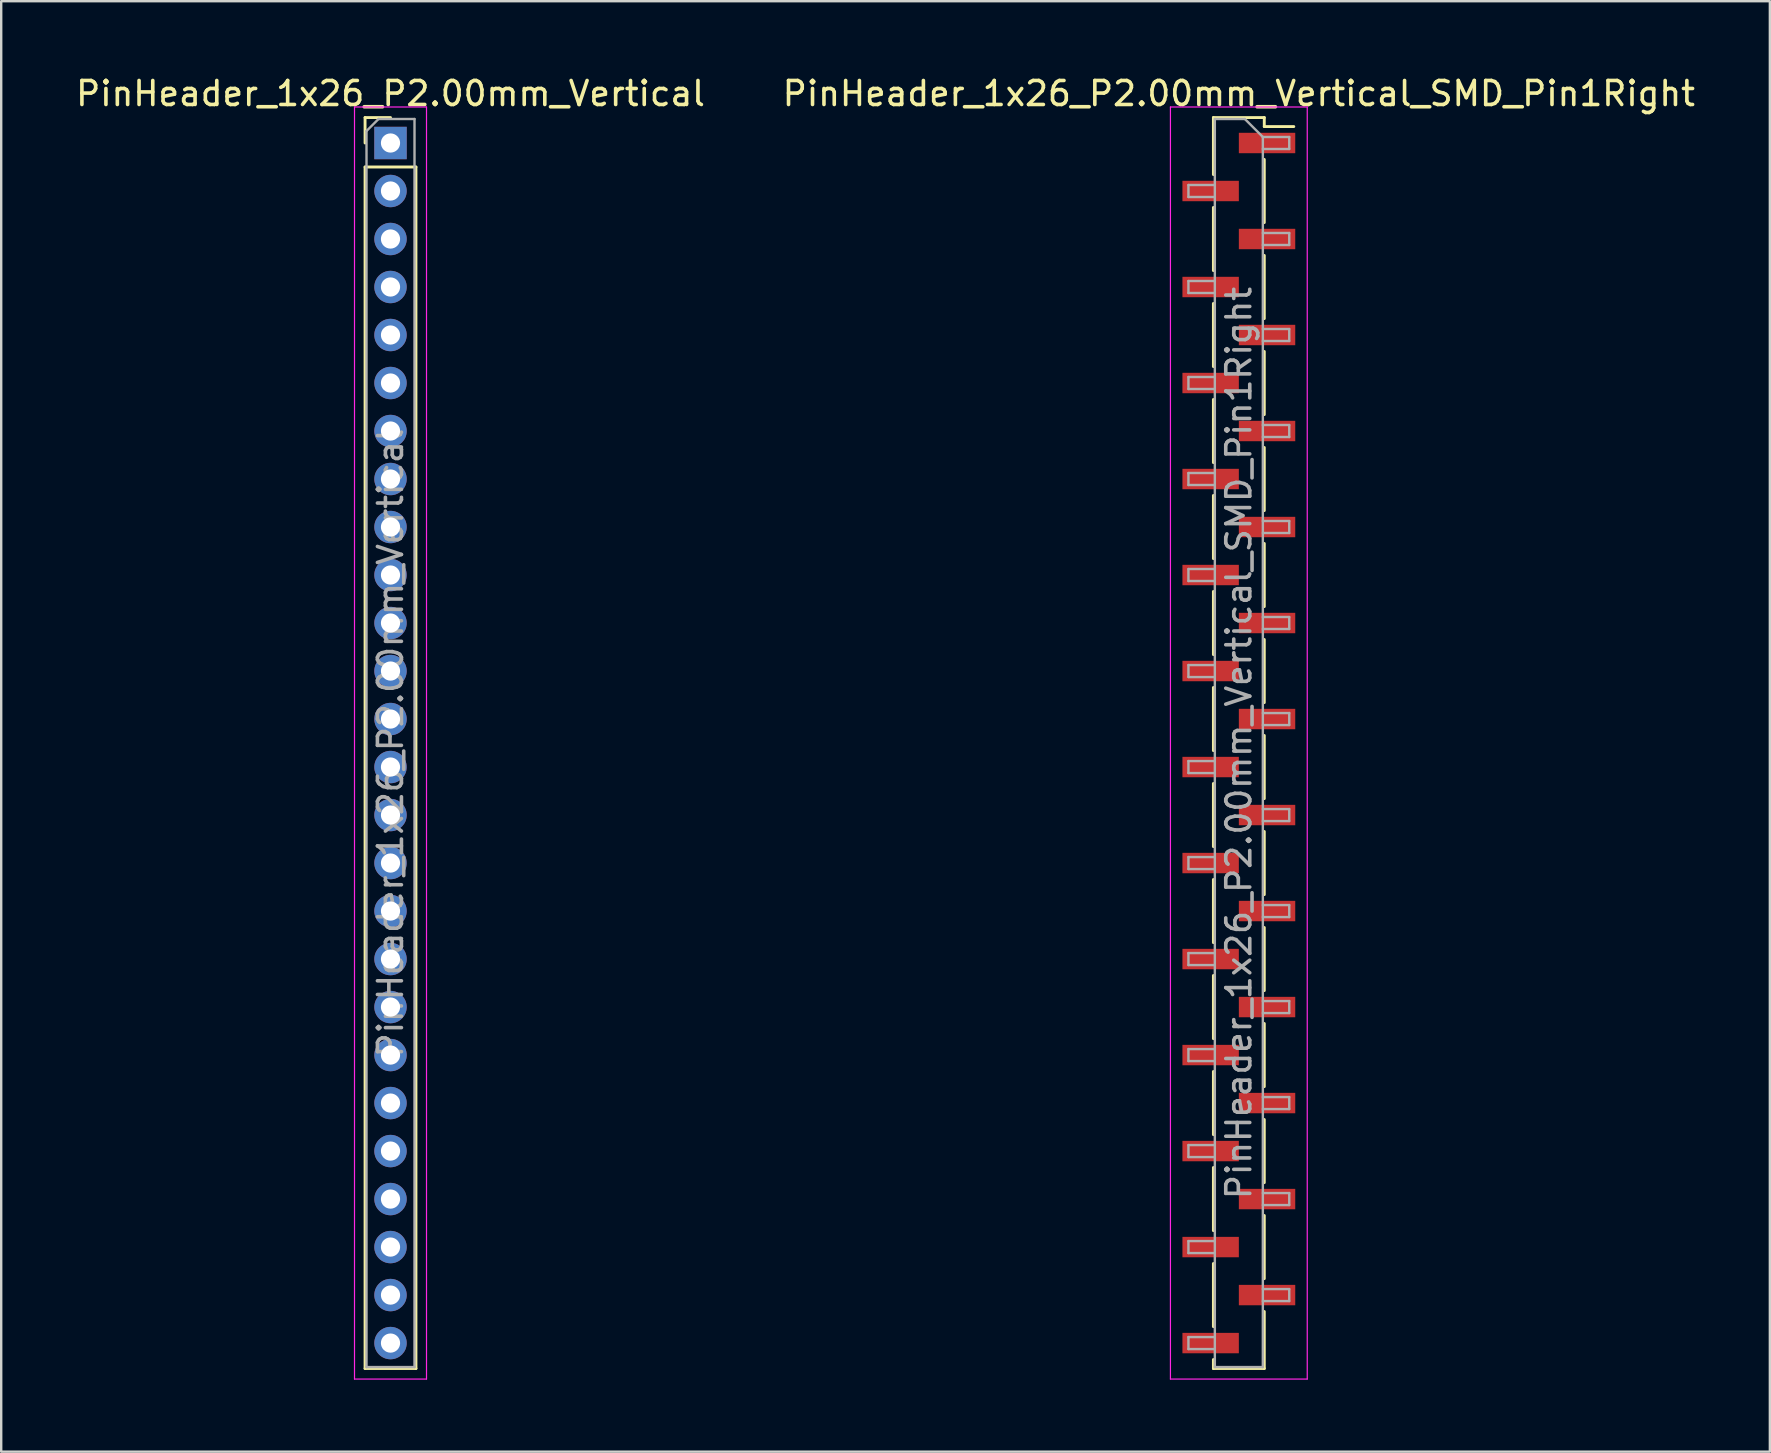
<source format=kicad_pcb>
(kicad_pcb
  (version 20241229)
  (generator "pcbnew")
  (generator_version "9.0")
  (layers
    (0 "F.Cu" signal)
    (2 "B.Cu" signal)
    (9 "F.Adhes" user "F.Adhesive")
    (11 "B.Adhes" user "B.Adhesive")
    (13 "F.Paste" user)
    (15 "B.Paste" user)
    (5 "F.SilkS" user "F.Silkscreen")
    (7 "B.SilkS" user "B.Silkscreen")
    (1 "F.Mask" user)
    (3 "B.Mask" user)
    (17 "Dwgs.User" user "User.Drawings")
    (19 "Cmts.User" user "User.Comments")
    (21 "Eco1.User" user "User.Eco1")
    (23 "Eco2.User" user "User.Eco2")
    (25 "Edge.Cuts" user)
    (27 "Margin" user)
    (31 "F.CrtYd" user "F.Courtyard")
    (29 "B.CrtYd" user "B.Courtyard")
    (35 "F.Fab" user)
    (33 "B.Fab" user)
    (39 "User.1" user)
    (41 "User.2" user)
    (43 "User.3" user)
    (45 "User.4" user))
  (footprint "PinHeader_1x26_P2.00mm_Vertical"
    (layer "F.Cu")
    (at 13.22 2.908)
    (property "Reference" "PinHeader_1x26_P2.00mm_Vertical" (at 0 -2.06 0) (layer "F.SilkS") (effects (font (size 1 1) (thickness 0.15))))
    (attr through_hole)
    (fp_line (start -1.06 -1.06) (end 0 -1.06) (stroke (width 0.12) (type solid)) (layer "F.SilkS"))
    (fp_line (start -1.06 0) (end -1.06 -1.06) (stroke (width 0.12) (type solid)) (layer "F.SilkS"))
    (fp_line (start -1.06 1) (end -1.06 51.06) (stroke (width 0.12) (type solid)) (layer "F.SilkS"))
    (fp_line (start -1.06 1) (end 1.06 1) (stroke (width 0.12) (type solid)) (layer "F.SilkS"))
    (fp_line (start -1.06 51.06) (end 1.06 51.06) (stroke (width 0.12) (type solid)) (layer "F.SilkS"))
    (fp_line (start 1.06 1) (end 1.06 51.06) (stroke (width 0.12) (type solid)) (layer "F.SilkS"))
    (fp_line (start -1.5 -1.5) (end -1.5 51.5) (stroke (width 0.05) (type solid)) (layer "F.CrtYd"))
    (fp_line (start -1.5 51.5) (end 1.5 51.5) (stroke (width 0.05) (type solid)) (layer "F.CrtYd"))
    (fp_line (start 1.5 -1.5) (end -1.5 -1.5) (stroke (width 0.05) (type solid)) (layer "F.CrtYd"))
    (fp_line (start 1.5 51.5) (end 1.5 -1.5) (stroke (width 0.05) (type solid)) (layer "F.CrtYd"))
    (fp_line (start -1 -0.5) (end -0.5 -1) (stroke (width 0.1) (type solid)) (layer "F.Fab"))
    (fp_line (start -1 51) (end -1 -0.5) (stroke (width 0.1) (type solid)) (layer "F.Fab"))
    (fp_line (start -0.5 -1) (end 1 -1) (stroke (width 0.1) (type solid)) (layer "F.Fab"))
    (fp_line (start 1 -1) (end 1 51) (stroke (width 0.1) (type solid)) (layer "F.Fab"))
    (fp_line (start 1 51) (end -1 51) (stroke (width 0.1) (type solid)) (layer "F.Fab"))
    (fp_text user "${REFERENCE}" (at 0 25 90) (layer "F.Fab") (effects (font (size 1 1) (thickness 0.15))))
    (pad "1" thru_hole rect (at 0 0) (size 1.35 1.35) (drill 0.8) (layers "*.Cu" "*.Mask"))
    (pad "2" thru_hole oval (at 0 2) (size 1.35 1.35) (drill 0.8) (layers "*.Cu" "*.Mask"))
    (pad "3" thru_hole oval (at 0 4) (size 1.35 1.35) (drill 0.8) (layers "*.Cu" "*.Mask"))
    (pad "4" thru_hole oval (at 0 6) (size 1.35 1.35) (drill 0.8) (layers "*.Cu" "*.Mask"))
    (pad "5" thru_hole oval (at 0 8) (size 1.35 1.35) (drill 0.8) (layers "*.Cu" "*.Mask"))
    (pad "6" thru_hole oval (at 0 10) (size 1.35 1.35) (drill 0.8) (layers "*.Cu" "*.Mask"))
    (pad "7" thru_hole oval (at 0 12) (size 1.35 1.35) (drill 0.8) (layers "*.Cu" "*.Mask"))
    (pad "8" thru_hole oval (at 0 14) (size 1.35 1.35) (drill 0.8) (layers "*.Cu" "*.Mask"))
    (pad "9" thru_hole oval (at 0 16) (size 1.35 1.35) (drill 0.8) (layers "*.Cu" "*.Mask"))
    (pad "10" thru_hole oval (at 0 18) (size 1.35 1.35) (drill 0.8) (layers "*.Cu" "*.Mask"))
    (pad "11" thru_hole oval (at 0 20) (size 1.35 1.35) (drill 0.8) (layers "*.Cu" "*.Mask"))
    (pad "12" thru_hole oval (at 0 22) (size 1.35 1.35) (drill 0.8) (layers "*.Cu" "*.Mask"))
    (pad "13" thru_hole oval (at 0 24) (size 1.35 1.35) (drill 0.8) (layers "*.Cu" "*.Mask"))
    (pad "14" thru_hole oval (at 0 26) (size 1.35 1.35) (drill 0.8) (layers "*.Cu" "*.Mask"))
    (pad "15" thru_hole oval (at 0 28) (size 1.35 1.35) (drill 0.8) (layers "*.Cu" "*.Mask"))
    (pad "16" thru_hole oval (at 0 30) (size 1.35 1.35) (drill 0.8) (layers "*.Cu" "*.Mask"))
    (pad "17" thru_hole oval (at 0 32) (size 1.35 1.35) (drill 0.8) (layers "*.Cu" "*.Mask"))
    (pad "18" thru_hole oval (at 0 34) (size 1.35 1.35) (drill 0.8) (layers "*.Cu" "*.Mask"))
    (pad "19" thru_hole oval (at 0 36) (size 1.35 1.35) (drill 0.8) (layers "*.Cu" "*.Mask"))
    (pad "20" thru_hole oval (at 0 38) (size 1.35 1.35) (drill 0.8) (layers "*.Cu" "*.Mask"))
    (pad "21" thru_hole oval (at 0 40) (size 1.35 1.35) (drill 0.8) (layers "*.Cu" "*.Mask"))
    (pad "22" thru_hole oval (at 0 42) (size 1.35 1.35) (drill 0.8) (layers "*.Cu" "*.Mask"))
    (pad "23" thru_hole oval (at 0 44) (size 1.35 1.35) (drill 0.8) (layers "*.Cu" "*.Mask"))
    (pad "24" thru_hole oval (at 0 46) (size 1.35 1.35) (drill 0.8) (layers "*.Cu" "*.Mask"))
    (pad "25" thru_hole oval (at 0 48) (size 1.35 1.35) (drill 0.8) (layers "*.Cu" "*.Mask"))
    (pad "26" thru_hole oval (at 0 50) (size 1.35 1.35) (drill 0.8) (layers "*.Cu" "*.Mask")))
  (footprint "PinHeader_1x26_P2.00mm_Vertical_SMD_Pin1Right"
    (layer "F.Cu")
    (at 48.565 27.908)
    (property "Reference" "PinHeader_1x26_P2.00mm_Vertical_SMD_Pin1Right" (at 0 -27.06 0) (layer "F.SilkS") (effects (font (size 1 1) (thickness 0.15))))
    (attr smd)
    (fp_line (start -1.06 -26.06) (end -1.06 -23.685) (stroke (width 0.12) (type solid)) (layer "F.SilkS"))
    (fp_line (start -1.06 -26.06) (end 1.06 -26.06) (stroke (width 0.12) (type solid)) (layer "F.SilkS"))
    (fp_line (start -1.06 -22.315) (end -1.06 -19.685) (stroke (width 0.12) (type solid)) (layer "F.SilkS"))
    (fp_line (start -1.06 -18.315) (end -1.06 -15.685) (stroke (width 0.12) (type solid)) (layer "F.SilkS"))
    (fp_line (start -1.06 -14.315) (end -1.06 -11.685) (stroke (width 0.12) (type solid)) (layer "F.SilkS"))
    (fp_line (start -1.06 -10.315) (end -1.06 -7.685) (stroke (width 0.12) (type solid)) (layer "F.SilkS"))
    (fp_line (start -1.06 -6.315) (end -1.06 -3.685) (stroke (width 0.12) (type solid)) (layer "F.SilkS"))
    (fp_line (start -1.06 -2.315) (end -1.06 0.315) (stroke (width 0.12) (type solid)) (layer "F.SilkS"))
    (fp_line (start -1.06 1.685) (end -1.06 4.315) (stroke (width 0.12) (type solid)) (layer "F.SilkS"))
    (fp_line (start -1.06 5.685) (end -1.06 8.315) (stroke (width 0.12) (type solid)) (layer "F.SilkS"))
    (fp_line (start -1.06 9.685) (end -1.06 12.315) (stroke (width 0.12) (type solid)) (layer "F.SilkS"))
    (fp_line (start -1.06 13.685) (end -1.06 16.315) (stroke (width 0.12) (type solid)) (layer "F.SilkS"))
    (fp_line (start -1.06 17.685) (end -1.06 20.315) (stroke (width 0.12) (type solid)) (layer "F.SilkS"))
    (fp_line (start -1.06 21.685) (end -1.06 24.315) (stroke (width 0.12) (type solid)) (layer "F.SilkS"))
    (fp_line (start -1.06 25.685) (end -1.06 26.06) (stroke (width 0.12) (type solid)) (layer "F.SilkS"))
    (fp_line (start -1.06 26.06) (end 1.06 26.06) (stroke (width 0.12) (type solid)) (layer "F.SilkS"))
    (fp_line (start 1.06 -26.06) (end 1.06 -25.685) (stroke (width 0.12) (type solid)) (layer "F.SilkS"))
    (fp_line (start 1.06 -25.685) (end 2.29 -25.685) (stroke (width 0.12) (type solid)) (layer "F.SilkS"))
    (fp_line (start 1.06 -24.315) (end 1.06 -21.685) (stroke (width 0.12) (type solid)) (layer "F.SilkS"))
    (fp_line (start 1.06 -20.315) (end 1.06 -17.685) (stroke (width 0.12) (type solid)) (layer "F.SilkS"))
    (fp_line (start 1.06 -16.315) (end 1.06 -13.685) (stroke (width 0.12) (type solid)) (layer "F.SilkS"))
    (fp_line (start 1.06 -12.315) (end 1.06 -9.685) (stroke (width 0.12) (type solid)) (layer "F.SilkS"))
    (fp_line (start 1.06 -8.315) (end 1.06 -5.685) (stroke (width 0.12) (type solid)) (layer "F.SilkS"))
    (fp_line (start 1.06 -4.315) (end 1.06 -1.685) (stroke (width 0.12) (type solid)) (layer "F.SilkS"))
    (fp_line (start 1.06 -0.315) (end 1.06 2.315) (stroke (width 0.12) (type solid)) (layer "F.SilkS"))
    (fp_line (start 1.06 3.685) (end 1.06 6.315) (stroke (width 0.12) (type solid)) (layer "F.SilkS"))
    (fp_line (start 1.06 7.685) (end 1.06 10.315) (stroke (width 0.12) (type solid)) (layer "F.SilkS"))
    (fp_line (start 1.06 11.685) (end 1.06 14.315) (stroke (width 0.12) (type solid)) (layer "F.SilkS"))
    (fp_line (start 1.06 15.685) (end 1.06 18.315) (stroke (width 0.12) (type solid)) (layer "F.SilkS"))
    (fp_line (start 1.06 19.685) (end 1.06 22.315) (stroke (width 0.12) (type solid)) (layer "F.SilkS"))
    (fp_line (start 1.06 23.685) (end 1.06 26.06) (stroke (width 0.12) (type solid)) (layer "F.SilkS"))
    (fp_line (start -2.85 -26.5) (end -2.85 26.5) (stroke (width 0.05) (type solid)) (layer "F.CrtYd"))
    (fp_line (start -2.85 26.5) (end 2.85 26.5) (stroke (width 0.05) (type solid)) (layer "F.CrtYd"))
    (fp_line (start 2.85 -26.5) (end -2.85 -26.5) (stroke (width 0.05) (type solid)) (layer "F.CrtYd"))
    (fp_line (start 2.85 26.5) (end 2.85 -26.5) (stroke (width 0.05) (type solid)) (layer "F.CrtYd"))
    (fp_line (start -2.1 -23.25) (end -2.1 -22.75) (stroke (width 0.1) (type solid)) (layer "F.Fab"))
    (fp_line (start -2.1 -22.75) (end -1 -22.75) (stroke (width 0.1) (type solid)) (layer "F.Fab"))
    (fp_line (start -2.1 -19.25) (end -2.1 -18.75) (stroke (width 0.1) (type solid)) (layer "F.Fab"))
    (fp_line (start -2.1 -18.75) (end -1 -18.75) (stroke (width 0.1) (type solid)) (layer "F.Fab"))
    (fp_line (start -2.1 -15.25) (end -2.1 -14.75) (stroke (width 0.1) (type solid)) (layer "F.Fab"))
    (fp_line (start -2.1 -14.75) (end -1 -14.75) (stroke (width 0.1) (type solid)) (layer "F.Fab"))
    (fp_line (start -2.1 -11.25) (end -2.1 -10.75) (stroke (width 0.1) (type solid)) (layer "F.Fab"))
    (fp_line (start -2.1 -10.75) (end -1 -10.75) (stroke (width 0.1) (type solid)) (layer "F.Fab"))
    (fp_line (start -2.1 -7.25) (end -2.1 -6.75) (stroke (width 0.1) (type solid)) (layer "F.Fab"))
    (fp_line (start -2.1 -6.75) (end -1 -6.75) (stroke (width 0.1) (type solid)) (layer "F.Fab"))
    (fp_line (start -2.1 -3.25) (end -2.1 -2.75) (stroke (width 0.1) (type solid)) (layer "F.Fab"))
    (fp_line (start -2.1 -2.75) (end -1 -2.75) (stroke (width 0.1) (type solid)) (layer "F.Fab"))
    (fp_line (start -2.1 0.75) (end -2.1 1.25) (stroke (width 0.1) (type solid)) (layer "F.Fab"))
    (fp_line (start -2.1 1.25) (end -1 1.25) (stroke (width 0.1) (type solid)) (layer "F.Fab"))
    (fp_line (start -2.1 4.75) (end -2.1 5.25) (stroke (width 0.1) (type solid)) (layer "F.Fab"))
    (fp_line (start -2.1 5.25) (end -1 5.25) (stroke (width 0.1) (type solid)) (layer "F.Fab"))
    (fp_line (start -2.1 8.75) (end -2.1 9.25) (stroke (width 0.1) (type solid)) (layer "F.Fab"))
    (fp_line (start -2.1 9.25) (end -1 9.25) (stroke (width 0.1) (type solid)) (layer "F.Fab"))
    (fp_line (start -2.1 12.75) (end -2.1 13.25) (stroke (width 0.1) (type solid)) (layer "F.Fab"))
    (fp_line (start -2.1 13.25) (end -1 13.25) (stroke (width 0.1) (type solid)) (layer "F.Fab"))
    (fp_line (start -2.1 16.75) (end -2.1 17.25) (stroke (width 0.1) (type solid)) (layer "F.Fab"))
    (fp_line (start -2.1 17.25) (end -1 17.25) (stroke (width 0.1) (type solid)) (layer "F.Fab"))
    (fp_line (start -2.1 20.75) (end -2.1 21.25) (stroke (width 0.1) (type solid)) (layer "F.Fab"))
    (fp_line (start -2.1 21.25) (end -1 21.25) (stroke (width 0.1) (type solid)) (layer "F.Fab"))
    (fp_line (start -2.1 24.75) (end -2.1 25.25) (stroke (width 0.1) (type solid)) (layer "F.Fab"))
    (fp_line (start -2.1 25.25) (end -1 25.25) (stroke (width 0.1) (type solid)) (layer "F.Fab"))
    (fp_line (start -1 -26) (end -1 26) (stroke (width 0.1) (type solid)) (layer "F.Fab"))
    (fp_line (start -1 -26) (end 0.25 -26) (stroke (width 0.1) (type solid)) (layer "F.Fab"))
    (fp_line (start -1 -23.25) (end -2.1 -23.25) (stroke (width 0.1) (type solid)) (layer "F.Fab"))
    (fp_line (start -1 -19.25) (end -2.1 -19.25) (stroke (width 0.1) (type solid)) (layer "F.Fab"))
    (fp_line (start -1 -15.25) (end -2.1 -15.25) (stroke (width 0.1) (type solid)) (layer "F.Fab"))
    (fp_line (start -1 -11.25) (end -2.1 -11.25) (stroke (width 0.1) (type solid)) (layer "F.Fab"))
    (fp_line (start -1 -7.25) (end -2.1 -7.25) (stroke (width 0.1) (type solid)) (layer "F.Fab"))
    (fp_line (start -1 -3.25) (end -2.1 -3.25) (stroke (width 0.1) (type solid)) (layer "F.Fab"))
    (fp_line (start -1 0.75) (end -2.1 0.75) (stroke (width 0.1) (type solid)) (layer "F.Fab"))
    (fp_line (start -1 4.75) (end -2.1 4.75) (stroke (width 0.1) (type solid)) (layer "F.Fab"))
    (fp_line (start -1 8.75) (end -2.1 8.75) (stroke (width 0.1) (type solid)) (layer "F.Fab"))
    (fp_line (start -1 12.75) (end -2.1 12.75) (stroke (width 0.1) (type solid)) (layer "F.Fab"))
    (fp_line (start -1 16.75) (end -2.1 16.75) (stroke (width 0.1) (type solid)) (layer "F.Fab"))
    (fp_line (start -1 20.75) (end -2.1 20.75) (stroke (width 0.1) (type solid)) (layer "F.Fab"))
    (fp_line (start -1 24.75) (end -2.1 24.75) (stroke (width 0.1) (type solid)) (layer "F.Fab"))
    (fp_line (start 1 -25.25) (end 0.25 -26) (stroke (width 0.1) (type solid)) (layer "F.Fab"))
    (fp_line (start 1 -25.25) (end 2.1 -25.25) (stroke (width 0.1) (type solid)) (layer "F.Fab"))
    (fp_line (start 1 -21.25) (end 2.1 -21.25) (stroke (width 0.1) (type solid)) (layer "F.Fab"))
    (fp_line (start 1 -17.25) (end 2.1 -17.25) (stroke (width 0.1) (type solid)) (layer "F.Fab"))
    (fp_line (start 1 -13.25) (end 2.1 -13.25) (stroke (width 0.1) (type solid)) (layer "F.Fab"))
    (fp_line (start 1 -9.25) (end 2.1 -9.25) (stroke (width 0.1) (type solid)) (layer "F.Fab"))
    (fp_line (start 1 -5.25) (end 2.1 -5.25) (stroke (width 0.1) (type solid)) (layer "F.Fab"))
    (fp_line (start 1 -1.25) (end 2.1 -1.25) (stroke (width 0.1) (type solid)) (layer "F.Fab"))
    (fp_line (start 1 2.75) (end 2.1 2.75) (stroke (width 0.1) (type solid)) (layer "F.Fab"))
    (fp_line (start 1 6.75) (end 2.1 6.75) (stroke (width 0.1) (type solid)) (layer "F.Fab"))
    (fp_line (start 1 10.75) (end 2.1 10.75) (stroke (width 0.1) (type solid)) (layer "F.Fab"))
    (fp_line (start 1 14.75) (end 2.1 14.75) (stroke (width 0.1) (type solid)) (layer "F.Fab"))
    (fp_line (start 1 18.75) (end 2.1 18.75) (stroke (width 0.1) (type solid)) (layer "F.Fab"))
    (fp_line (start 1 22.75) (end 2.1 22.75) (stroke (width 0.1) (type solid)) (layer "F.Fab"))
    (fp_line (start 1 26) (end -1 26) (stroke (width 0.1) (type solid)) (layer "F.Fab"))
    (fp_line (start 1 26) (end 1 -25.25) (stroke (width 0.1) (type solid)) (layer "F.Fab"))
    (fp_line (start 2.1 -25.25) (end 2.1 -24.75) (stroke (width 0.1) (type solid)) (layer "F.Fab"))
    (fp_line (start 2.1 -24.75) (end 1 -24.75) (stroke (width 0.1) (type solid)) (layer "F.Fab"))
    (fp_line (start 2.1 -21.25) (end 2.1 -20.75) (stroke (width 0.1) (type solid)) (layer "F.Fab"))
    (fp_line (start 2.1 -20.75) (end 1 -20.75) (stroke (width 0.1) (type solid)) (layer "F.Fab"))
    (fp_line (start 2.1 -17.25) (end 2.1 -16.75) (stroke (width 0.1) (type solid)) (layer "F.Fab"))
    (fp_line (start 2.1 -16.75) (end 1 -16.75) (stroke (width 0.1) (type solid)) (layer "F.Fab"))
    (fp_line (start 2.1 -13.25) (end 2.1 -12.75) (stroke (width 0.1) (type solid)) (layer "F.Fab"))
    (fp_line (start 2.1 -12.75) (end 1 -12.75) (stroke (width 0.1) (type solid)) (layer "F.Fab"))
    (fp_line (start 2.1 -9.25) (end 2.1 -8.75) (stroke (width 0.1) (type solid)) (layer "F.Fab"))
    (fp_line (start 2.1 -8.75) (end 1 -8.75) (stroke (width 0.1) (type solid)) (layer "F.Fab"))
    (fp_line (start 2.1 -5.25) (end 2.1 -4.75) (stroke (width 0.1) (type solid)) (layer "F.Fab"))
    (fp_line (start 2.1 -4.75) (end 1 -4.75) (stroke (width 0.1) (type solid)) (layer "F.Fab"))
    (fp_line (start 2.1 -1.25) (end 2.1 -0.75) (stroke (width 0.1) (type solid)) (layer "F.Fab"))
    (fp_line (start 2.1 -0.75) (end 1 -0.75) (stroke (width 0.1) (type solid)) (layer "F.Fab"))
    (fp_line (start 2.1 2.75) (end 2.1 3.25) (stroke (width 0.1) (type solid)) (layer "F.Fab"))
    (fp_line (start 2.1 3.25) (end 1 3.25) (stroke (width 0.1) (type solid)) (layer "F.Fab"))
    (fp_line (start 2.1 6.75) (end 2.1 7.25) (stroke (width 0.1) (type solid)) (layer "F.Fab"))
    (fp_line (start 2.1 7.25) (end 1 7.25) (stroke (width 0.1) (type solid)) (layer "F.Fab"))
    (fp_line (start 2.1 10.75) (end 2.1 11.25) (stroke (width 0.1) (type solid)) (layer "F.Fab"))
    (fp_line (start 2.1 11.25) (end 1 11.25) (stroke (width 0.1) (type solid)) (layer "F.Fab"))
    (fp_line (start 2.1 14.75) (end 2.1 15.25) (stroke (width 0.1) (type solid)) (layer "F.Fab"))
    (fp_line (start 2.1 15.25) (end 1 15.25) (stroke (width 0.1) (type solid)) (layer "F.Fab"))
    (fp_line (start 2.1 18.75) (end 2.1 19.25) (stroke (width 0.1) (type solid)) (layer "F.Fab"))
    (fp_line (start 2.1 19.25) (end 1 19.25) (stroke (width 0.1) (type solid)) (layer "F.Fab"))
    (fp_line (start 2.1 22.75) (end 2.1 23.25) (stroke (width 0.1) (type solid)) (layer "F.Fab"))
    (fp_line (start 2.1 23.25) (end 1 23.25) (stroke (width 0.1) (type solid)) (layer "F.Fab"))
    (fp_text user "${REFERENCE}" (at 0 0 90) (layer "F.Fab") (effects (font (size 1 1) (thickness 0.15))))
    (pad "1" smd rect (at 1.175 -25) (size 2.35 0.85) (layers "F.Cu" "F.Mask" "F.Paste"))
    (pad "2" smd rect (at -1.175 -23) (size 2.35 0.85) (layers "F.Cu" "F.Mask" "F.Paste"))
    (pad "3" smd rect (at 1.175 -21) (size 2.35 0.85) (layers "F.Cu" "F.Mask" "F.Paste"))
    (pad "4" smd rect (at -1.175 -19) (size 2.35 0.85) (layers "F.Cu" "F.Mask" "F.Paste"))
    (pad "5" smd rect (at 1.175 -17) (size 2.35 0.85) (layers "F.Cu" "F.Mask" "F.Paste"))
    (pad "6" smd rect (at -1.175 -15) (size 2.35 0.85) (layers "F.Cu" "F.Mask" "F.Paste"))
    (pad "7" smd rect (at 1.175 -13) (size 2.35 0.85) (layers "F.Cu" "F.Mask" "F.Paste"))
    (pad "8" smd rect (at -1.175 -11) (size 2.35 0.85) (layers "F.Cu" "F.Mask" "F.Paste"))
    (pad "9" smd rect (at 1.175 -9) (size 2.35 0.85) (layers "F.Cu" "F.Mask" "F.Paste"))
    (pad "10" smd rect (at -1.175 -7) (size 2.35 0.85) (layers "F.Cu" "F.Mask" "F.Paste"))
    (pad "11" smd rect (at 1.175 -5) (size 2.35 0.85) (layers "F.Cu" "F.Mask" "F.Paste"))
    (pad "12" smd rect (at -1.175 -3) (size 2.35 0.85) (layers "F.Cu" "F.Mask" "F.Paste"))
    (pad "13" smd rect (at 1.175 -1) (size 2.35 0.85) (layers "F.Cu" "F.Mask" "F.Paste"))
    (pad "14" smd rect (at -1.175 1) (size 2.35 0.85) (layers "F.Cu" "F.Mask" "F.Paste"))
    (pad "15" smd rect (at 1.175 3) (size 2.35 0.85) (layers "F.Cu" "F.Mask" "F.Paste"))
    (pad "16" smd rect (at -1.175 5) (size 2.35 0.85) (layers "F.Cu" "F.Mask" "F.Paste"))
    (pad "17" smd rect (at 1.175 7) (size 2.35 0.85) (layers "F.Cu" "F.Mask" "F.Paste"))
    (pad "18" smd rect (at -1.175 9) (size 2.35 0.85) (layers "F.Cu" "F.Mask" "F.Paste"))
    (pad "19" smd rect (at 1.175 11) (size 2.35 0.85) (layers "F.Cu" "F.Mask" "F.Paste"))
    (pad "20" smd rect (at -1.175 13) (size 2.35 0.85) (layers "F.Cu" "F.Mask" "F.Paste"))
    (pad "21" smd rect (at 1.175 15) (size 2.35 0.85) (layers "F.Cu" "F.Mask" "F.Paste"))
    (pad "22" smd rect (at -1.175 17) (size 2.35 0.85) (layers "F.Cu" "F.Mask" "F.Paste"))
    (pad "23" smd rect (at 1.175 19) (size 2.35 0.85) (layers "F.Cu" "F.Mask" "F.Paste"))
    (pad "24" smd rect (at -1.175 21) (size 2.35 0.85) (layers "F.Cu" "F.Mask" "F.Paste"))
    (pad "25" smd rect (at 1.175 23) (size 2.35 0.85) (layers "F.Cu" "F.Mask" "F.Paste"))
    (pad "26" smd rect (at -1.175 25) (size 2.35 0.85) (layers "F.Cu" "F.Mask" "F.Paste")))
  (gr_rect
    (start -3 -3)
    (end 70.69 57.433)
    (stroke (width 0.1) (type default))
    (fill no)
    (layer "Edge.Cuts")))
</source>
